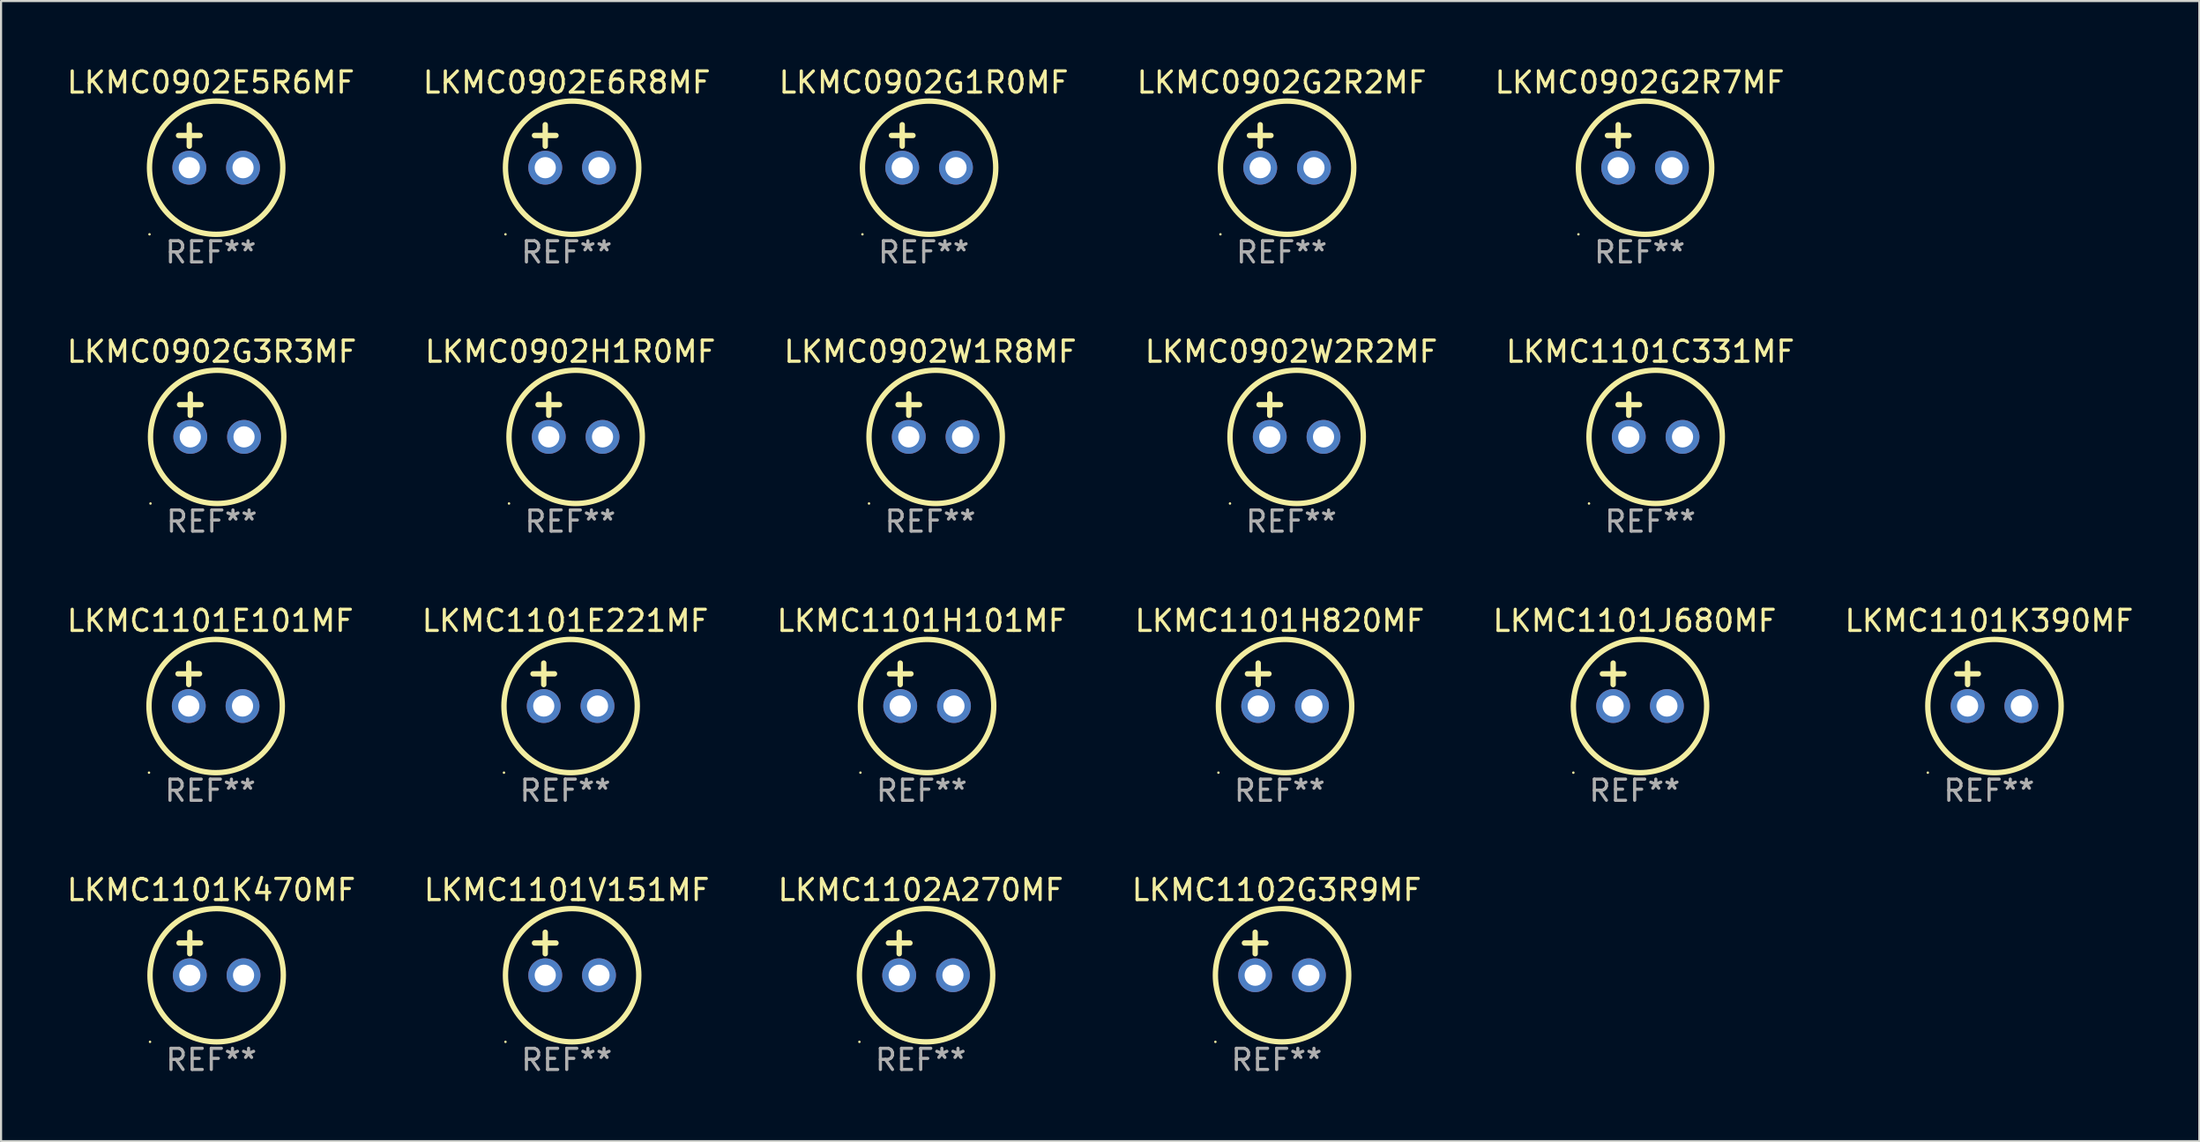
<source format=kicad_pcb>
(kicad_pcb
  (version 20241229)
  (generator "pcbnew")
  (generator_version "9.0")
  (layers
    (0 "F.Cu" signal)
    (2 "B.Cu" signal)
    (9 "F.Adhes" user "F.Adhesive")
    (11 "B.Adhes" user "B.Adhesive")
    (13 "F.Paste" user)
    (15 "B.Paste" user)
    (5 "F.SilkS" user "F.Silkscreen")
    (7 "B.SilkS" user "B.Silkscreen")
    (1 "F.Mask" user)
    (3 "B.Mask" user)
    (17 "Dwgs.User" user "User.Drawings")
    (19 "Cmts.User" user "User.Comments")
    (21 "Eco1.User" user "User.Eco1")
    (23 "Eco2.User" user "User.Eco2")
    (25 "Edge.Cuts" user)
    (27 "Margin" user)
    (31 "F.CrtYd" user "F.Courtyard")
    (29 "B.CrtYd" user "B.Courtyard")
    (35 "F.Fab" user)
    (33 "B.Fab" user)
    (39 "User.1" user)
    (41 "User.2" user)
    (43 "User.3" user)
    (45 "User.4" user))
  (footprint "LKMC0902G2R7MF"
    (layer "F.Cu")
    (at 74.435 3.864)
    (property "Reference" "LKMC0902G2R7MF" (at 0 -3.016 0) (layer "F.SilkS") (effects (font (size 1 1) (thickness 0.15))))
    (attr through_hole)
    (fp_line (start -1.524 -0.508) (end -0.508 -0.508) (stroke (width 0.254) (type solid)) (layer "F.SilkS"))
    (fp_line (start -1.016 -1.016) (end -1.016 0) (stroke (width 0.254) (type solid)) (layer "F.SilkS"))
    (fp_circle (center -2.896 4.166) (end -2.866 4.166) (stroke (width 0.06) (type solid)) (fill no) (layer "F.SilkS"))
    (fp_circle (center 0.254 1.016) (end 3.404 1.016) (stroke (width 0.254) (type solid)) (fill no) (layer "F.SilkS"))
    (fp_text user "REF**" (at 0 5.016 0) (layer "F.Fab") (effects (font (size 1 1) (thickness 0.15))))
    (pad "1" thru_hole circle (at -1.016 1.016) (size 1.6 1.6) (drill 1) (layers "*.Cu" "*.Mask"))
    (pad "2" thru_hole circle (at 1.524 1.016) (size 1.6 1.6) (drill 1) (layers "*.Cu" "*.Mask")))
  (footprint "LKMC1101E221MF"
    (layer "F.Cu")
    (at 23.661 29.321)
    (property "Reference" "LKMC1101E221MF" (at 0 -3.016 0) (layer "F.SilkS") (effects (font (size 1 1) (thickness 0.15))))
    (attr through_hole)
    (fp_line (start -1.524 -0.508) (end -0.508 -0.508) (stroke (width 0.254) (type solid)) (layer "F.SilkS"))
    (fp_line (start -1.016 -1.016) (end -1.016 0) (stroke (width 0.254) (type solid)) (layer "F.SilkS"))
    (fp_circle (center -2.896 4.166) (end -2.866 4.166) (stroke (width 0.06) (type solid)) (fill no) (layer "F.SilkS"))
    (fp_circle (center 0.254 1.016) (end 3.404 1.016) (stroke (width 0.254) (type solid)) (fill no) (layer "F.SilkS"))
    (fp_text user "REF**" (at 0 5.016 0) (layer "F.Fab") (effects (font (size 1 1) (thickness 0.15))))
    (pad "1" thru_hole circle (at -1.016 1.016) (size 1.6 1.6) (drill 1) (layers "*.Cu" "*.Mask"))
    (pad "2" thru_hole circle (at 1.524 1.016) (size 1.6 1.6) (drill 1) (layers "*.Cu" "*.Mask")))
  (footprint "LKMC1101J680MF"
    (layer "F.Cu")
    (at 74.196 29.321)
    (property "Reference" "LKMC1101J680MF" (at 0 -3.016 0) (layer "F.SilkS") (effects (font (size 1 1) (thickness 0.15))))
    (attr through_hole)
    (fp_line (start -1.524 -0.508) (end -0.508 -0.508) (stroke (width 0.254) (type solid)) (layer "F.SilkS"))
    (fp_line (start -1.016 -1.016) (end -1.016 0) (stroke (width 0.254) (type solid)) (layer "F.SilkS"))
    (fp_circle (center -2.896 4.166) (end -2.866 4.166) (stroke (width 0.06) (type solid)) (fill no) (layer "F.SilkS"))
    (fp_circle (center 0.254 1.016) (end 3.404 1.016) (stroke (width 0.254) (type solid)) (fill no) (layer "F.SilkS"))
    (fp_text user "REF**" (at 0 5.016 0) (layer "F.Fab") (effects (font (size 1 1) (thickness 0.15))))
    (pad "1" thru_hole circle (at -1.016 1.016) (size 1.6 1.6) (drill 1) (layers "*.Cu" "*.Mask"))
    (pad "2" thru_hole circle (at 1.524 1.016) (size 1.6 1.6) (drill 1) (layers "*.Cu" "*.Mask")))
  (footprint "LKMC1101K390MF"
    (layer "F.Cu")
    (at 90.946 29.321)
    (property "Reference" "LKMC1101K390MF" (at 0 -3.016 0) (layer "F.SilkS") (effects (font (size 1 1) (thickness 0.15))))
    (attr through_hole)
    (fp_line (start -1.524 -0.508) (end -0.508 -0.508) (stroke (width 0.254) (type solid)) (layer "F.SilkS"))
    (fp_line (start -1.016 -1.016) (end -1.016 0) (stroke (width 0.254) (type solid)) (layer "F.SilkS"))
    (fp_circle (center -2.896 4.166) (end -2.866 4.166) (stroke (width 0.06) (type solid)) (fill no) (layer "F.SilkS"))
    (fp_circle (center 0.254 1.016) (end 3.404 1.016) (stroke (width 0.254) (type solid)) (fill no) (layer "F.SilkS"))
    (fp_text user "REF**" (at 0 5.016 0) (layer "F.Fab") (effects (font (size 1 1) (thickness 0.15))))
    (pad "1" thru_hole circle (at -1.016 1.016) (size 1.6 1.6) (drill 1) (layers "*.Cu" "*.Mask"))
    (pad "2" thru_hole circle (at 1.524 1.016) (size 1.6 1.6) (drill 1) (layers "*.Cu" "*.Mask")))
  (footprint "LKMC1101V151MF"
    (layer "F.Cu")
    (at 23.732 42.05)
    (property "Reference" "LKMC1101V151MF" (at 0 -3.016 0) (layer "F.SilkS") (effects (font (size 1 1) (thickness 0.15))))
    (attr through_hole)
    (fp_line (start -1.524 -0.508) (end -0.508 -0.508) (stroke (width 0.254) (type solid)) (layer "F.SilkS"))
    (fp_line (start -1.016 -1.016) (end -1.016 0) (stroke (width 0.254) (type solid)) (layer "F.SilkS"))
    (fp_circle (center -2.896 4.166) (end -2.866 4.166) (stroke (width 0.06) (type solid)) (fill no) (layer "F.SilkS"))
    (fp_circle (center 0.254 1.016) (end 3.404 1.016) (stroke (width 0.254) (type solid)) (fill no) (layer "F.SilkS"))
    (fp_text user "REF**" (at 0 5.016 0) (layer "F.Fab") (effects (font (size 1 1) (thickness 0.15))))
    (pad "1" thru_hole circle (at -1.016 1.016) (size 1.6 1.6) (drill 1) (layers "*.Cu" "*.Mask"))
    (pad "2" thru_hole circle (at 1.524 1.016) (size 1.6 1.6) (drill 1) (layers "*.Cu" "*.Mask")))
  (footprint "LKMC1101K470MF"
    (layer "F.Cu")
    (at 6.935 42.05)
    (property "Reference" "LKMC1101K470MF" (at 0 -3.016 0) (layer "F.SilkS") (effects (font (size 1 1) (thickness 0.15))))
    (attr through_hole)
    (fp_line (start -1.524 -0.508) (end -0.508 -0.508) (stroke (width 0.254) (type solid)) (layer "F.SilkS"))
    (fp_line (start -1.016 -1.016) (end -1.016 0) (stroke (width 0.254) (type solid)) (layer "F.SilkS"))
    (fp_circle (center -2.896 4.166) (end -2.866 4.166) (stroke (width 0.06) (type solid)) (fill no) (layer "F.SilkS"))
    (fp_circle (center 0.254 1.016) (end 3.404 1.016) (stroke (width 0.254) (type solid)) (fill no) (layer "F.SilkS"))
    (fp_text user "REF**" (at 0 5.016 0) (layer "F.Fab") (effects (font (size 1 1) (thickness 0.15))))
    (pad "1" thru_hole circle (at -1.016 1.016) (size 1.6 1.6) (drill 1) (layers "*.Cu" "*.Mask"))
    (pad "2" thru_hole circle (at 1.524 1.016) (size 1.6 1.6) (drill 1) (layers "*.Cu" "*.Mask")))
  (footprint "LKMC1102G3R9MF"
    (layer "F.Cu")
    (at 57.28 42.05)
    (property "Reference" "LKMC1102G3R9MF" (at 0 -3.016 0) (layer "F.SilkS") (effects (font (size 1 1) (thickness 0.15))))
    (attr through_hole)
    (fp_line (start -1.524 -0.508) (end -0.508 -0.508) (stroke (width 0.254) (type solid)) (layer "F.SilkS"))
    (fp_line (start -1.016 -1.016) (end -1.016 0) (stroke (width 0.254) (type solid)) (layer "F.SilkS"))
    (fp_circle (center -2.896 4.166) (end -2.866 4.166) (stroke (width 0.06) (type solid)) (fill no) (layer "F.SilkS"))
    (fp_circle (center 0.254 1.016) (end 3.404 1.016) (stroke (width 0.254) (type solid)) (fill no) (layer "F.SilkS"))
    (fp_text user "REF**" (at 0 5.016 0) (layer "F.Fab") (effects (font (size 1 1) (thickness 0.15))))
    (pad "1" thru_hole circle (at -1.016 1.016) (size 1.6 1.6) (drill 1) (layers "*.Cu" "*.Mask"))
    (pad "2" thru_hole circle (at 1.524 1.016) (size 1.6 1.6) (drill 1) (layers "*.Cu" "*.Mask")))
  (footprint "LKMC0902G1R0MF"
    (layer "F.Cu")
    (at 40.601 3.864)
    (property "Reference" "LKMC0902G1R0MF" (at 0 -3.016 0) (layer "F.SilkS") (effects (font (size 1 1) (thickness 0.15))))
    (attr through_hole)
    (fp_line (start -1.524 -0.508) (end -0.508 -0.508) (stroke (width 0.254) (type solid)) (layer "F.SilkS"))
    (fp_line (start -1.016 -1.016) (end -1.016 0) (stroke (width 0.254) (type solid)) (layer "F.SilkS"))
    (fp_circle (center -2.896 4.166) (end -2.866 4.166) (stroke (width 0.06) (type solid)) (fill no) (layer "F.SilkS"))
    (fp_circle (center 0.254 1.016) (end 3.404 1.016) (stroke (width 0.254) (type solid)) (fill no) (layer "F.SilkS"))
    (fp_text user "REF**" (at 0 5.016 0) (layer "F.Fab") (effects (font (size 1 1) (thickness 0.15))))
    (pad "1" thru_hole circle (at -1.016 1.016) (size 1.6 1.6) (drill 1) (layers "*.Cu" "*.Mask"))
    (pad "2" thru_hole circle (at 1.524 1.016) (size 1.6 1.6) (drill 1) (layers "*.Cu" "*.Mask")))
  (footprint "LKMC0902W1R8MF"
    (layer "F.Cu")
    (at 40.911 16.593)
    (property "Reference" "LKMC0902W1R8MF" (at 0 -3.016 0) (layer "F.SilkS") (effects (font (size 1 1) (thickness 0.15))))
    (attr through_hole)
    (fp_line (start -1.524 -0.508) (end -0.508 -0.508) (stroke (width 0.254) (type solid)) (layer "F.SilkS"))
    (fp_line (start -1.016 -1.016) (end -1.016 0) (stroke (width 0.254) (type solid)) (layer "F.SilkS"))
    (fp_circle (center -2.896 4.166) (end -2.866 4.166) (stroke (width 0.06) (type solid)) (fill no) (layer "F.SilkS"))
    (fp_circle (center 0.254 1.016) (end 3.404 1.016) (stroke (width 0.254) (type solid)) (fill no) (layer "F.SilkS"))
    (fp_text user "REF**" (at 0 5.016 0) (layer "F.Fab") (effects (font (size 1 1) (thickness 0.15))))
    (pad "1" thru_hole circle (at -1.016 1.016) (size 1.6 1.6) (drill 1) (layers "*.Cu" "*.Mask"))
    (pad "2" thru_hole circle (at 1.524 1.016) (size 1.6 1.6) (drill 1) (layers "*.Cu" "*.Mask")))
  (footprint "LKMC1101H101MF"
    (layer "F.Cu")
    (at 40.506 29.321)
    (property "Reference" "LKMC1101H101MF" (at 0 -3.016 0) (layer "F.SilkS") (effects (font (size 1 1) (thickness 0.15))))
    (attr through_hole)
    (fp_line (start -1.524 -0.508) (end -0.508 -0.508) (stroke (width 0.254) (type solid)) (layer "F.SilkS"))
    (fp_line (start -1.016 -1.016) (end -1.016 0) (stroke (width 0.254) (type solid)) (layer "F.SilkS"))
    (fp_circle (center -2.896 4.166) (end -2.866 4.166) (stroke (width 0.06) (type solid)) (fill no) (layer "F.SilkS"))
    (fp_circle (center 0.254 1.016) (end 3.404 1.016) (stroke (width 0.254) (type solid)) (fill no) (layer "F.SilkS"))
    (fp_text user "REF**" (at 0 5.016 0) (layer "F.Fab") (effects (font (size 1 1) (thickness 0.15))))
    (pad "1" thru_hole circle (at -1.016 1.016) (size 1.6 1.6) (drill 1) (layers "*.Cu" "*.Mask"))
    (pad "2" thru_hole circle (at 1.524 1.016) (size 1.6 1.6) (drill 1) (layers "*.Cu" "*.Mask")))
  (footprint "LKMC0902E6R8MF"
    (layer "F.Cu")
    (at 23.732 3.864)
    (property "Reference" "LKMC0902E6R8MF" (at 0 -3.016 0) (layer "F.SilkS") (effects (font (size 1 1) (thickness 0.15))))
    (attr through_hole)
    (fp_line (start -1.524 -0.508) (end -0.508 -0.508) (stroke (width 0.254) (type solid)) (layer "F.SilkS"))
    (fp_line (start -1.016 -1.016) (end -1.016 0) (stroke (width 0.254) (type solid)) (layer "F.SilkS"))
    (fp_circle (center -2.896 4.166) (end -2.866 4.166) (stroke (width 0.06) (type solid)) (fill no) (layer "F.SilkS"))
    (fp_circle (center 0.254 1.016) (end 3.404 1.016) (stroke (width 0.254) (type solid)) (fill no) (layer "F.SilkS"))
    (fp_text user "REF**" (at 0 5.016 0) (layer "F.Fab") (effects (font (size 1 1) (thickness 0.15))))
    (pad "1" thru_hole circle (at -1.016 1.016) (size 1.6 1.6) (drill 1) (layers "*.Cu" "*.Mask"))
    (pad "2" thru_hole circle (at 1.524 1.016) (size 1.6 1.6) (drill 1) (layers "*.Cu" "*.Mask")))
  (footprint "LKMC0902W2R2MF"
    (layer "F.Cu")
    (at 57.97 16.593)
    (property "Reference" "LKMC0902W2R2MF" (at 0 -3.016 0) (layer "F.SilkS") (effects (font (size 1 1) (thickness 0.15))))
    (attr through_hole)
    (fp_line (start -1.524 -0.508) (end -0.508 -0.508) (stroke (width 0.254) (type solid)) (layer "F.SilkS"))
    (fp_line (start -1.016 -1.016) (end -1.016 0) (stroke (width 0.254) (type solid)) (layer "F.SilkS"))
    (fp_circle (center -2.896 4.166) (end -2.866 4.166) (stroke (width 0.06) (type solid)) (fill no) (layer "F.SilkS"))
    (fp_circle (center 0.254 1.016) (end 3.404 1.016) (stroke (width 0.254) (type solid)) (fill no) (layer "F.SilkS"))
    (fp_text user "REF**" (at 0 5.016 0) (layer "F.Fab") (effects (font (size 1 1) (thickness 0.15))))
    (pad "1" thru_hole circle (at -1.016 1.016) (size 1.6 1.6) (drill 1) (layers "*.Cu" "*.Mask"))
    (pad "2" thru_hole circle (at 1.524 1.016) (size 1.6 1.6) (drill 1) (layers "*.Cu" "*.Mask")))
  (footprint "LKMC0902G2R2MF"
    (layer "F.Cu")
    (at 57.518 3.864)
    (property "Reference" "LKMC0902G2R2MF" (at 0 -3.016 0) (layer "F.SilkS") (effects (font (size 1 1) (thickness 0.15))))
    (attr through_hole)
    (fp_line (start -1.524 -0.508) (end -0.508 -0.508) (stroke (width 0.254) (type solid)) (layer "F.SilkS"))
    (fp_line (start -1.016 -1.016) (end -1.016 0) (stroke (width 0.254) (type solid)) (layer "F.SilkS"))
    (fp_circle (center -2.896 4.166) (end -2.866 4.166) (stroke (width 0.06) (type solid)) (fill no) (layer "F.SilkS"))
    (fp_circle (center 0.254 1.016) (end 3.404 1.016) (stroke (width 0.254) (type solid)) (fill no) (layer "F.SilkS"))
    (fp_text user "REF**" (at 0 5.016 0) (layer "F.Fab") (effects (font (size 1 1) (thickness 0.15))))
    (pad "1" thru_hole circle (at -1.016 1.016) (size 1.6 1.6) (drill 1) (layers "*.Cu" "*.Mask"))
    (pad "2" thru_hole circle (at 1.524 1.016) (size 1.6 1.6) (drill 1) (layers "*.Cu" "*.Mask")))
  (footprint "LKMC0902E5R6MF"
    (layer "F.Cu")
    (at 6.911 3.864)
    (property "Reference" "LKMC0902E5R6MF" (at 0 -3.016 0) (layer "F.SilkS") (effects (font (size 1 1) (thickness 0.15))))
    (attr through_hole)
    (fp_line (start -1.524 -0.508) (end -0.508 -0.508) (stroke (width 0.254) (type solid)) (layer "F.SilkS"))
    (fp_line (start -1.016 -1.016) (end -1.016 0) (stroke (width 0.254) (type solid)) (layer "F.SilkS"))
    (fp_circle (center -2.896 4.166) (end -2.866 4.166) (stroke (width 0.06) (type solid)) (fill no) (layer "F.SilkS"))
    (fp_circle (center 0.254 1.016) (end 3.404 1.016) (stroke (width 0.254) (type solid)) (fill no) (layer "F.SilkS"))
    (fp_text user "REF**" (at 0 5.016 0) (layer "F.Fab") (effects (font (size 1 1) (thickness 0.15))))
    (pad "1" thru_hole circle (at -1.016 1.016) (size 1.6 1.6) (drill 1) (layers "*.Cu" "*.Mask"))
    (pad "2" thru_hole circle (at 1.524 1.016) (size 1.6 1.6) (drill 1) (layers "*.Cu" "*.Mask")))
  (footprint "LKMC1101C331MF"
    (layer "F.Cu")
    (at 74.935 16.593)
    (property "Reference" "LKMC1101C331MF" (at 0 -3.016 0) (layer "F.SilkS") (effects (font (size 1 1) (thickness 0.15))))
    (attr through_hole)
    (fp_line (start -1.524 -0.508) (end -0.508 -0.508) (stroke (width 0.254) (type solid)) (layer "F.SilkS"))
    (fp_line (start -1.016 -1.016) (end -1.016 0) (stroke (width 0.254) (type solid)) (layer "F.SilkS"))
    (fp_circle (center -2.896 4.166) (end -2.866 4.166) (stroke (width 0.06) (type solid)) (fill no) (layer "F.SilkS"))
    (fp_circle (center 0.254 1.016) (end 3.404 1.016) (stroke (width 0.254) (type solid)) (fill no) (layer "F.SilkS"))
    (fp_text user "REF**" (at 0 5.016 0) (layer "F.Fab") (effects (font (size 1 1) (thickness 0.15))))
    (pad "1" thru_hole circle (at -1.016 1.016) (size 1.6 1.6) (drill 1) (layers "*.Cu" "*.Mask"))
    (pad "2" thru_hole circle (at 1.524 1.016) (size 1.6 1.6) (drill 1) (layers "*.Cu" "*.Mask")))
  (footprint "LKMC1101E101MF"
    (layer "F.Cu")
    (at 6.887 29.321)
    (property "Reference" "LKMC1101E101MF" (at 0 -3.016 0) (layer "F.SilkS") (effects (font (size 1 1) (thickness 0.15))))
    (attr through_hole)
    (fp_line (start -1.524 -0.508) (end -0.508 -0.508) (stroke (width 0.254) (type solid)) (layer "F.SilkS"))
    (fp_line (start -1.016 -1.016) (end -1.016 0) (stroke (width 0.254) (type solid)) (layer "F.SilkS"))
    (fp_circle (center -2.896 4.166) (end -2.866 4.166) (stroke (width 0.06) (type solid)) (fill no) (layer "F.SilkS"))
    (fp_circle (center 0.254 1.016) (end 3.404 1.016) (stroke (width 0.254) (type solid)) (fill no) (layer "F.SilkS"))
    (fp_text user "REF**" (at 0 5.016 0) (layer "F.Fab") (effects (font (size 1 1) (thickness 0.15))))
    (pad "1" thru_hole circle (at -1.016 1.016) (size 1.6 1.6) (drill 1) (layers "*.Cu" "*.Mask"))
    (pad "2" thru_hole circle (at 1.524 1.016) (size 1.6 1.6) (drill 1) (layers "*.Cu" "*.Mask")))
  (footprint "LKMC1102A270MF"
    (layer "F.Cu")
    (at 40.458 42.05)
    (property "Reference" "LKMC1102A270MF" (at 0 -3.016 0) (layer "F.SilkS") (effects (font (size 1 1) (thickness 0.15))))
    (attr through_hole)
    (fp_line (start -1.524 -0.508) (end -0.508 -0.508) (stroke (width 0.254) (type solid)) (layer "F.SilkS"))
    (fp_line (start -1.016 -1.016) (end -1.016 0) (stroke (width 0.254) (type solid)) (layer "F.SilkS"))
    (fp_circle (center -2.896 4.166) (end -2.866 4.166) (stroke (width 0.06) (type solid)) (fill no) (layer "F.SilkS"))
    (fp_circle (center 0.254 1.016) (end 3.404 1.016) (stroke (width 0.254) (type solid)) (fill no) (layer "F.SilkS"))
    (fp_text user "REF**" (at 0 5.016 0) (layer "F.Fab") (effects (font (size 1 1) (thickness 0.15))))
    (pad "1" thru_hole circle (at -1.016 1.016) (size 1.6 1.6) (drill 1) (layers "*.Cu" "*.Mask"))
    (pad "2" thru_hole circle (at 1.524 1.016) (size 1.6 1.6) (drill 1) (layers "*.Cu" "*.Mask")))
  (footprint "LKMC0902H1R0MF"
    (layer "F.Cu")
    (at 23.899 16.593)
    (property "Reference" "LKMC0902H1R0MF" (at 0 -3.016 0) (layer "F.SilkS") (effects (font (size 1 1) (thickness 0.15))))
    (attr through_hole)
    (fp_line (start -1.524 -0.508) (end -0.508 -0.508) (stroke (width 0.254) (type solid)) (layer "F.SilkS"))
    (fp_line (start -1.016 -1.016) (end -1.016 0) (stroke (width 0.254) (type solid)) (layer "F.SilkS"))
    (fp_circle (center -2.896 4.166) (end -2.866 4.166) (stroke (width 0.06) (type solid)) (fill no) (layer "F.SilkS"))
    (fp_circle (center 0.254 1.016) (end 3.404 1.016) (stroke (width 0.254) (type solid)) (fill no) (layer "F.SilkS"))
    (fp_text user "REF**" (at 0 5.016 0) (layer "F.Fab") (effects (font (size 1 1) (thickness 0.15))))
    (pad "1" thru_hole circle (at -1.016 1.016) (size 1.6 1.6) (drill 1) (layers "*.Cu" "*.Mask"))
    (pad "2" thru_hole circle (at 1.524 1.016) (size 1.6 1.6) (drill 1) (layers "*.Cu" "*.Mask")))
  (footprint "LKMC0902G3R3MF"
    (layer "F.Cu")
    (at 6.958 16.593)
    (property "Reference" "LKMC0902G3R3MF" (at 0 -3.016 0) (layer "F.SilkS") (effects (font (size 1 1) (thickness 0.15))))
    (attr through_hole)
    (fp_line (start -1.524 -0.508) (end -0.508 -0.508) (stroke (width 0.254) (type solid)) (layer "F.SilkS"))
    (fp_line (start -1.016 -1.016) (end -1.016 0) (stroke (width 0.254) (type solid)) (layer "F.SilkS"))
    (fp_circle (center -2.896 4.166) (end -2.866 4.166) (stroke (width 0.06) (type solid)) (fill no) (layer "F.SilkS"))
    (fp_circle (center 0.254 1.016) (end 3.404 1.016) (stroke (width 0.254) (type solid)) (fill no) (layer "F.SilkS"))
    (fp_text user "REF**" (at 0 5.016 0) (layer "F.Fab") (effects (font (size 1 1) (thickness 0.15))))
    (pad "1" thru_hole circle (at -1.016 1.016) (size 1.6 1.6) (drill 1) (layers "*.Cu" "*.Mask"))
    (pad "2" thru_hole circle (at 1.524 1.016) (size 1.6 1.6) (drill 1) (layers "*.Cu" "*.Mask")))
  (footprint "LKMC1101H820MF"
    (layer "F.Cu")
    (at 57.423 29.321)
    (property "Reference" "LKMC1101H820MF" (at 0 -3.016 0) (layer "F.SilkS") (effects (font (size 1 1) (thickness 0.15))))
    (attr through_hole)
    (fp_line (start -1.524 -0.508) (end -0.508 -0.508) (stroke (width 0.254) (type solid)) (layer "F.SilkS"))
    (fp_line (start -1.016 -1.016) (end -1.016 0) (stroke (width 0.254) (type solid)) (layer "F.SilkS"))
    (fp_circle (center -2.896 4.166) (end -2.866 4.166) (stroke (width 0.06) (type solid)) (fill no) (layer "F.SilkS"))
    (fp_circle (center 0.254 1.016) (end 3.404 1.016) (stroke (width 0.254) (type solid)) (fill no) (layer "F.SilkS"))
    (fp_text user "REF**" (at 0 5.016 0) (layer "F.Fab") (effects (font (size 1 1) (thickness 0.15))))
    (pad "1" thru_hole circle (at -1.016 1.016) (size 1.6 1.6) (drill 1) (layers "*.Cu" "*.Mask"))
    (pad "2" thru_hole circle (at 1.524 1.016) (size 1.6 1.6) (drill 1) (layers "*.Cu" "*.Mask")))
  (gr_rect
    (start -3 -3)
    (end 100.881 50.914)
    (stroke (width 0.1) (type default))
    (fill no)
    (layer "Edge.Cuts")))
</source>
